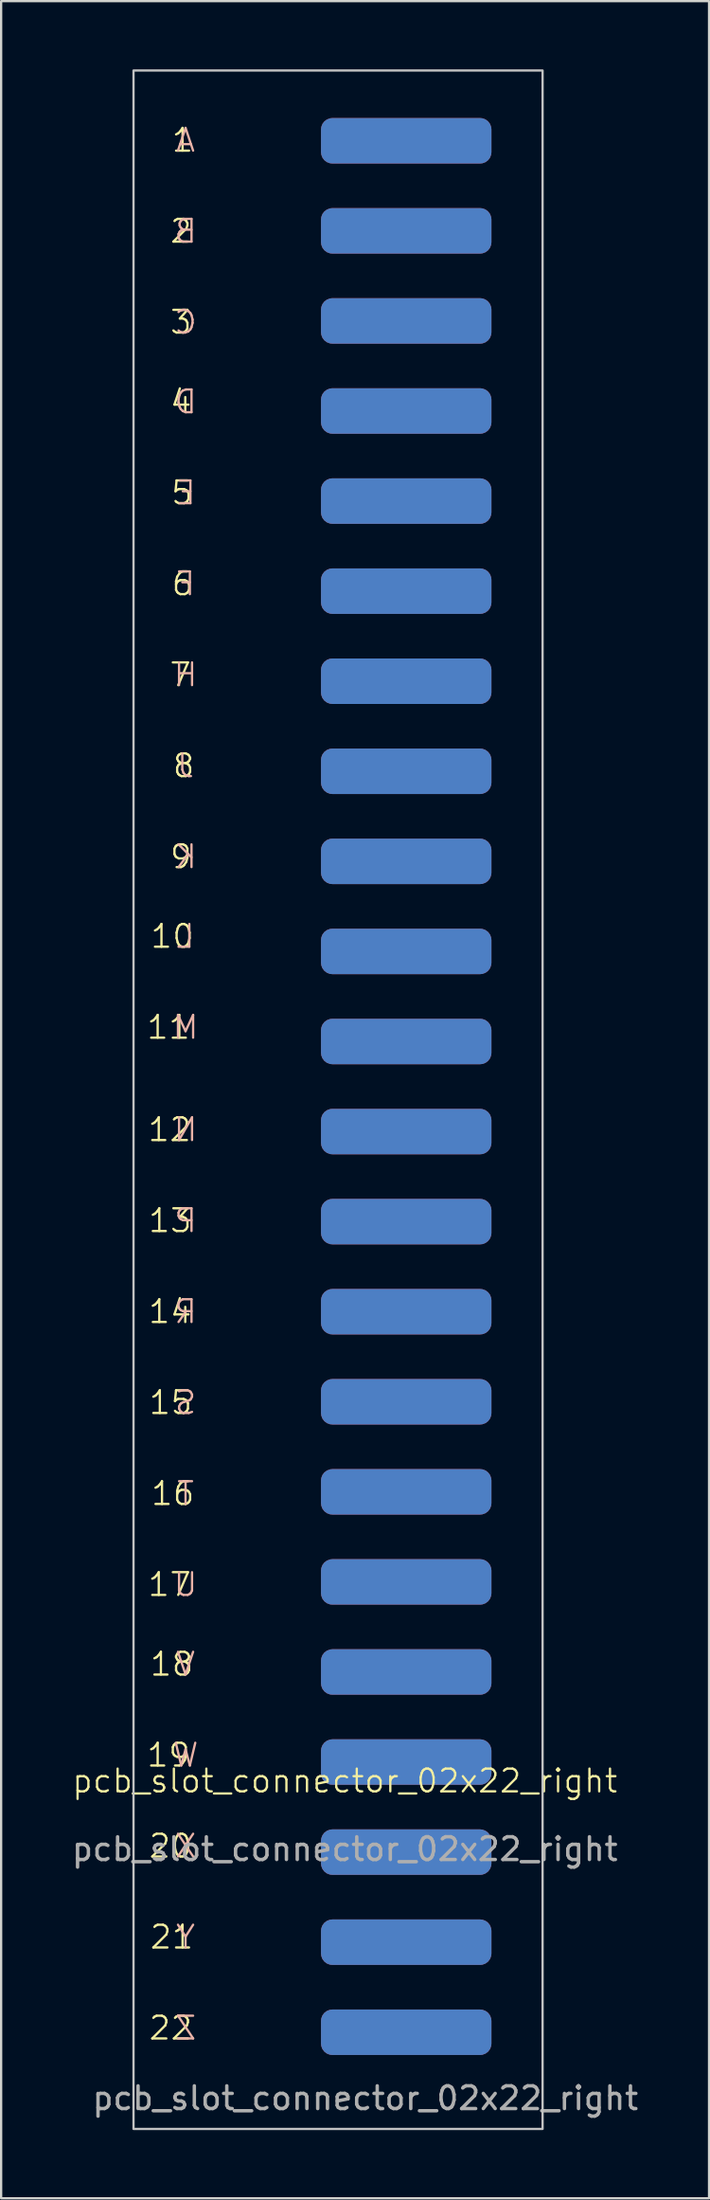
<source format=kicad_pcb>
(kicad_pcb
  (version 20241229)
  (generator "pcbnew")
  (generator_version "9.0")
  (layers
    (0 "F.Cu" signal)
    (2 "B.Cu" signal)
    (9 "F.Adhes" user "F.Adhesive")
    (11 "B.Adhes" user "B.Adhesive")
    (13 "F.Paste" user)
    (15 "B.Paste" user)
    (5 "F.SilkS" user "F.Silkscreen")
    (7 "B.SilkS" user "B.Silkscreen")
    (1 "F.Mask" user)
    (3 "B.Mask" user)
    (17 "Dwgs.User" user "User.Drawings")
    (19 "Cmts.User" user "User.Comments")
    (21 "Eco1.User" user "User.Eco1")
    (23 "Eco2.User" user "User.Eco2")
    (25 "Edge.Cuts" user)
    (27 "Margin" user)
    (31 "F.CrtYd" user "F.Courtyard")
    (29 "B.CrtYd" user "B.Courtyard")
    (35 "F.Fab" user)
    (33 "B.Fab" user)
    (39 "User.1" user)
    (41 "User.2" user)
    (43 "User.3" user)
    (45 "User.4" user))
  (footprint "pcb_slot_connector_02x22_right"
    (layer "F.Cu")
    (at 10.125 42.95)
    (property "Reference" "pcb_slot_connector_02x22_right" (at 2 32.3 0) (unlocked yes) (layer "F.SilkS") (effects (font (size 1 1) (thickness 0.1))))
    (attr smd)
    (fp_rect (start 10.7 -42.9) (end -7.3 47.6) (stroke (width 0.1) (type default)) (fill no) (layer "Dwgs.User"))
    (fp_text user "10" (at -4.576 -4.25 0) (unlocked yes) (layer "F.SilkS") (effects (font (size 1 1) (thickness 0.1)) (justify right bottom)))
    (fp_text user "19" (at -4.743 31.75 0) (unlocked yes) (layer "F.SilkS") (effects (font (size 1 1) (thickness 0.1)) (justify right bottom)))
    (fp_text user "5" (at -4.624 -23.75 0) (unlocked yes) (layer "F.SilkS") (effects (font (size 1 1) (thickness 0.1)) (justify right bottom)))
    (fp_text user "2" (at -4.671 -35.25 0) (unlocked yes) (layer "F.SilkS") (effects (font (size 1 1) (thickness 0.1)) (justify right bottom)))
    (fp_text user "4" (at -4.671 -27.75 0) (unlocked yes) (layer "F.SilkS") (effects (font (size 1 1) (thickness 0.1)) (justify right bottom)))
    (fp_text user "8" (at -4.552 -11.75 0) (unlocked yes) (layer "F.SilkS") (effects (font (size 1 1) (thickness 0.1)) (justify right bottom)))
    (fp_text user "12" (at -4.695 4.25 0) (unlocked yes) (layer "F.SilkS") (effects (font (size 1 1) (thickness 0.1)) (justify right bottom)))
    (fp_text user "21" (at -4.6 39.75 0) (unlocked yes) (layer "F.SilkS") (effects (font (size 1 1) (thickness 0.1)) (justify right bottom)))
    (fp_text user "6" (at -4.6 -19.75 0) (unlocked yes) (layer "F.SilkS") (effects (font (size 1 1) (thickness 0.1)) (justify right bottom)))
    (fp_text user "7" (at -4.695 -15.75 0) (unlocked yes) (layer "F.SilkS") (effects (font (size 1 1) (thickness 0.1)) (justify right bottom)))
    (fp_text user "16" (at -4.552 20.25 0) (unlocked yes) (layer "F.SilkS") (effects (font (size 1 1) (thickness 0.1)) (justify right bottom)))
    (fp_text user "20" (at -4.648 35.75 0) (unlocked yes) (layer "F.SilkS") (effects (font (size 1 1) (thickness 0.1)) (justify right bottom)))
    (fp_text user "13" (at -4.671 8.25 0) (unlocked yes) (layer "F.SilkS") (effects (font (size 1 1) (thickness 0.1)) (justify right bottom)))
    (fp_text user "1" (at -4.6 -39.25 0) (unlocked yes) (layer "F.SilkS") (effects (font (size 1 1) (thickness 0.1)) (justify right bottom)))
    (fp_text user "17" (at -4.695 24.25 0) (unlocked yes) (layer "F.SilkS") (effects (font (size 1 1) (thickness 0.1)) (justify right bottom)))
    (fp_text user "3" (at -4.671 -31.25 0) (unlocked yes) (layer "F.SilkS") (effects (font (size 1 1) (thickness 0.1)) (justify right bottom)))
    (fp_text user "14" (at -4.671 12.25 0) (unlocked yes) (layer "F.SilkS") (effects (font (size 1 1) (thickness 0.1)) (justify right bottom)))
    (fp_text user "15" (at -4.648 16.25 0) (unlocked yes) (layer "F.SilkS") (effects (font (size 1 1) (thickness 0.1)) (justify right bottom)))
    (fp_text user "11" (at -4.743 -0.25 0) (unlocked yes) (layer "F.SilkS") (effects (font (size 1 1) (thickness 0.1)) (justify right bottom)))
    (fp_text user "18" (at -4.6 27.75 0) (unlocked yes) (layer "F.SilkS") (effects (font (size 1 1) (thickness 0.1)) (justify right bottom)))
    (fp_text user "9" (at -4.671 -7.75 0) (unlocked yes) (layer "F.SilkS") (effects (font (size 1 1) (thickness 0.1)) (justify right bottom)))
    (fp_text user "22" (at -4.648 43.75 0) (unlocked yes) (layer "F.SilkS") (effects (font (size 1 1) (thickness 0.1)) (justify right bottom)))
    (fp_text user "Y" (at -5.505 39.75 0) (unlocked yes) (layer "B.SilkS") (effects (font (size 1 1) (thickness 0.1)) (justify right bottom mirror)))
    (fp_text user "Z" (at -5.552 43.75 0) (unlocked yes) (layer "B.SilkS") (effects (font (size 1 1) (thickness 0.1)) (justify right bottom mirror)))
    (fp_text user "X" (at -5.552 35.75 0) (unlocked yes) (layer "B.SilkS") (effects (font (size 1 1) (thickness 0.1)) (justify right bottom mirror)))
    (fp_text user "L" (at -5.481 -4.25 0) (unlocked yes) (layer "B.SilkS") (effects (font (size 1 1) (thickness 0.1)) (justify right bottom mirror)))
    (fp_text user "W" (at -5.648 31.75 0) (unlocked yes) (layer "B.SilkS") (effects (font (size 1 1) (thickness 0.1)) (justify right bottom mirror)))
    (fp_text user "D" (at -5.576 -27.75 0) (unlocked yes) (layer "B.SilkS") (effects (font (size 1 1) (thickness 0.1)) (justify right bottom mirror)))
    (fp_text user "C" (at -5.576 -31.25 0) (unlocked yes) (layer "B.SilkS") (effects (font (size 1 1) (thickness 0.1)) (justify right bottom mirror)))
    (fp_text user "S" (at -5.552 16.25 0) (unlocked yes) (layer "B.SilkS") (effects (font (size 1 1) (thickness 0.1)) (justify right bottom mirror)))
    (fp_text user "V" (at -5.505 27.75 0) (unlocked yes) (layer "B.SilkS") (effects (font (size 1 1) (thickness 0.1)) (justify right bottom mirror)))
    (fp_text user "J" (at -5.457 -11.75 0) (unlocked yes) (layer "B.SilkS") (effects (font (size 1 1) (thickness 0.1)) (justify right bottom mirror)))
    (fp_text user "E" (at -5.529 -23.75 0) (unlocked yes) (layer "B.SilkS") (effects (font (size 1 1) (thickness 0.1)) (justify right bottom mirror)))
    (fp_text user "P" (at -5.576 8.25 0) (unlocked yes) (layer "B.SilkS") (effects (font (size 1 1) (thickness 0.1)) (justify right bottom mirror)))
    (fp_text user "H" (at -5.6 -15.75 0) (unlocked yes) (layer "B.SilkS") (effects (font (size 1 1) (thickness 0.1)) (justify right bottom mirror)))
    (fp_text user "U" (at -5.6 24.25 0) (unlocked yes) (layer "B.SilkS") (effects (font (size 1 1) (thickness 0.1)) (justify right bottom mirror)))
    (fp_text user "A" (at -5.505 -39.25 0) (unlocked yes) (layer "B.SilkS") (effects (font (size 1 1) (thickness 0.1)) (justify right bottom mirror)))
    (fp_text user "N" (at -5.6 4.25 0) (unlocked yes) (layer "B.SilkS") (effects (font (size 1 1) (thickness 0.1)) (justify right bottom mirror)))
    (fp_text user "B" (at -5.576 -35.25 0) (unlocked yes) (layer "B.SilkS") (effects (font (size 1 1) (thickness 0.1)) (justify right bottom mirror)))
    (fp_text user "R" (at -5.576 12.25 0) (unlocked yes) (layer "B.SilkS") (effects (font (size 1 1) (thickness 0.1)) (justify right bottom mirror)))
    (fp_text user "F" (at -5.505 -19.75 0) (unlocked yes) (layer "B.SilkS") (effects (font (size 1 1) (thickness 0.1)) (justify right bottom mirror)))
    (fp_text user "M" (at -5.648 -0.25 0) (unlocked yes) (layer "B.SilkS") (effects (font (size 1 1) (thickness 0.1)) (justify right bottom mirror)))
    (fp_text user "T" (at -5.457 20.25 0) (unlocked yes) (layer "B.SilkS") (effects (font (size 1 1) (thickness 0.1)) (justify right bottom mirror)))
    (fp_text user "K" (at -5.576 -7.75 0) (unlocked yes) (layer "B.SilkS") (effects (font (size 1 1) (thickness 0.1)) (justify right bottom mirror)))
    (fp_text user "${REFERENCE}" (at 2 35.3 0) (unlocked yes) (layer "F.Fab") (effects (font (size 1 1) (thickness 0.15))))
    (fp_text user "${REFERENCE}" (at 2.9 46.25 0) (unlocked yes) (layer "F.Fab") (effects (font (size 1 1) (thickness 0.15))))
    (pad "1" smd roundrect (at 4.7 -39.81) (size 7.5 2) (layers "F.Cu" "F.Mask" "F.Paste") (roundrect_rratio 0.25))
    (pad "2" smd roundrect (at 4.7 -35.85) (size 7.5 2) (layers "F.Cu" "F.Mask" "F.Paste") (roundrect_rratio 0.25))
    (pad "3" smd roundrect (at 4.7 -31.89) (size 7.5 2) (layers "F.Cu" "F.Mask" "F.Paste") (roundrect_rratio 0.25))
    (pad "4" smd roundrect (at 4.7 -27.93) (size 7.5 2) (layers "F.Cu" "F.Mask" "F.Paste") (roundrect_rratio 0.25))
    (pad "5" smd roundrect (at 4.7 -23.97) (size 7.5 2) (layers "F.Cu" "F.Mask" "F.Paste") (roundrect_rratio 0.25))
    (pad "6" smd roundrect (at 4.7 -20.01) (size 7.5 2) (layers "F.Cu" "F.Mask" "F.Paste") (roundrect_rratio 0.25))
    (pad "7" smd roundrect (at 4.7 -16.05) (size 7.5 2) (layers "F.Cu" "F.Mask" "F.Paste") (roundrect_rratio 0.25))
    (pad "8" smd roundrect (at 4.7 -12.09) (size 7.5 2) (layers "F.Cu" "F.Mask" "F.Paste") (roundrect_rratio 0.25))
    (pad "9" smd roundrect (at 4.7 -8.13) (size 7.5 2) (layers "F.Cu" "F.Mask" "F.Paste") (roundrect_rratio 0.25))
    (pad "10" smd roundrect (at 4.7 -4.17) (size 7.5 2) (layers "F.Cu" "F.Mask" "F.Paste") (roundrect_rratio 0.25))
    (pad "11" smd roundrect (at 4.7 -0.21) (size 7.5 2) (layers "F.Cu" "F.Mask" "F.Paste") (roundrect_rratio 0.25))
    (pad "12" smd roundrect (at 4.7 3.75) (size 7.5 2) (layers "F.Cu" "F.Mask" "F.Paste") (roundrect_rratio 0.25))
    (pad "13" smd roundrect (at 4.7 7.71) (size 7.5 2) (layers "F.Cu" "F.Mask" "F.Paste") (roundrect_rratio 0.25))
    (pad "14" smd roundrect (at 4.7 11.67) (size 7.5 2) (layers "F.Cu" "F.Mask" "F.Paste") (roundrect_rratio 0.25))
    (pad "15" smd roundrect (at 4.7 15.63) (size 7.5 2) (layers "F.Cu" "F.Mask" "F.Paste") (roundrect_rratio 0.25))
    (pad "16" smd roundrect (at 4.7 19.59) (size 7.5 2) (layers "F.Cu" "F.Mask" "F.Paste") (roundrect_rratio 0.25))
    (pad "17" smd roundrect (at 4.7 23.55) (size 7.5 2) (layers "F.Cu" "F.Mask" "F.Paste") (roundrect_rratio 0.25))
    (pad "18" smd roundrect (at 4.7 27.51) (size 7.5 2) (layers "F.Cu" "F.Mask" "F.Paste") (roundrect_rratio 0.25))
    (pad "19" smd roundrect (at 4.7 31.47) (size 7.5 2) (layers "F.Cu" "F.Mask" "F.Paste") (roundrect_rratio 0.25))
    (pad "20" smd roundrect (at 4.7 35.43) (size 7.5 2) (layers "F.Cu" "F.Mask" "F.Paste") (roundrect_rratio 0.25))
    (pad "21" smd roundrect (at 4.7 39.39) (size 7.5 2) (layers "F.Cu" "F.Mask" "F.Paste") (roundrect_rratio 0.25))
    (pad "22" smd roundrect (at 4.7 43.35) (size 7.5 2) (layers "F.Cu" "F.Mask" "F.Paste") (roundrect_rratio 0.25))
    (pad "A" smd roundrect (at 4.7 -39.81) (size 7.5 2) (layers "B.Cu" "B.Mask" "B.Paste") (roundrect_rratio 0.25))
    (pad "B" smd roundrect (at 4.7 -35.85) (size 7.5 2) (layers "B.Cu" "B.Mask" "B.Paste") (roundrect_rratio 0.25))
    (pad "C" smd roundrect (at 4.7 -31.89) (size 7.5 2) (layers "B.Cu" "B.Mask" "B.Paste") (roundrect_rratio 0.25))
    (pad "D" smd roundrect (at 4.7 -27.93) (size 7.5 2) (layers "B.Cu" "B.Mask" "B.Paste") (roundrect_rratio 0.25))
    (pad "E" smd roundrect (at 4.7 -23.97) (size 7.5 2) (layers "B.Cu" "B.Mask" "B.Paste") (roundrect_rratio 0.25))
    (pad "F" smd roundrect (at 4.7 -20.01) (size 7.5 2) (layers "B.Cu" "B.Mask" "B.Paste") (roundrect_rratio 0.25))
    (pad "H" smd roundrect (at 4.7 -16.05) (size 7.5 2) (layers "B.Cu" "B.Mask" "B.Paste") (roundrect_rratio 0.25))
    (pad "J" smd roundrect (at 4.7 -12.09) (size 7.5 2) (layers "B.Cu" "B.Mask" "B.Paste") (roundrect_rratio 0.25))
    (pad "K" smd roundrect (at 4.7 -8.13) (size 7.5 2) (layers "B.Cu" "B.Mask" "B.Paste") (roundrect_rratio 0.25))
    (pad "L" smd roundrect (at 4.7 -4.17) (size 7.5 2) (layers "B.Cu" "B.Mask" "B.Paste") (roundrect_rratio 0.25))
    (pad "M" smd roundrect (at 4.7 -0.21) (size 7.5 2) (layers "B.Cu" "B.Mask" "B.Paste") (roundrect_rratio 0.25))
    (pad "N" smd roundrect (at 4.7 3.75) (size 7.5 2) (layers "B.Cu" "B.Mask" "B.Paste") (roundrect_rratio 0.25))
    (pad "P" smd roundrect (at 4.7 7.71) (size 7.5 2) (layers "B.Cu" "B.Mask" "B.Paste") (roundrect_rratio 0.25))
    (pad "R" smd roundrect (at 4.7 11.67) (size 7.5 2) (layers "B.Cu" "B.Mask" "B.Paste") (roundrect_rratio 0.25))
    (pad "S" smd roundrect (at 4.7 15.63) (size 7.5 2) (layers "B.Cu" "B.Mask" "B.Paste") (roundrect_rratio 0.25))
    (pad "T" smd roundrect (at 4.7 19.59) (size 7.5 2) (layers "B.Cu" "B.Mask" "B.Paste") (roundrect_rratio 0.25))
    (pad "U" smd roundrect (at 4.7 23.55) (size 7.5 2) (layers "B.Cu" "B.Mask" "B.Paste") (roundrect_rratio 0.25))
    (pad "V" smd roundrect (at 4.7 27.51) (size 7.5 2) (layers "B.Cu" "B.Mask" "B.Paste") (roundrect_rratio 0.25))
    (pad "W" smd roundrect (at 4.7 31.47) (size 7.5 2) (layers "B.Cu" "B.Mask" "B.Paste") (roundrect_rratio 0.25))
    (pad "X" smd roundrect (at 4.7 35.43) (size 7.5 2) (layers "B.Cu" "B.Mask" "B.Paste") (roundrect_rratio 0.25))
    (pad "Y" smd roundrect (at 4.7 39.39) (size 7.5 2) (layers "B.Cu" "B.Mask" "B.Paste") (roundrect_rratio 0.25))
    (pad "Z" smd roundrect (at 4.7 43.35) (size 7.5 2) (layers "B.Cu" "B.Mask" "B.Paste") (roundrect_rratio 0.25)))
  (gr_rect
    (start -3 -3)
    (end 28.15 93.6)
    (stroke (width 0.1) (type default))
    (fill no)
    (layer "Edge.Cuts")))
</source>
